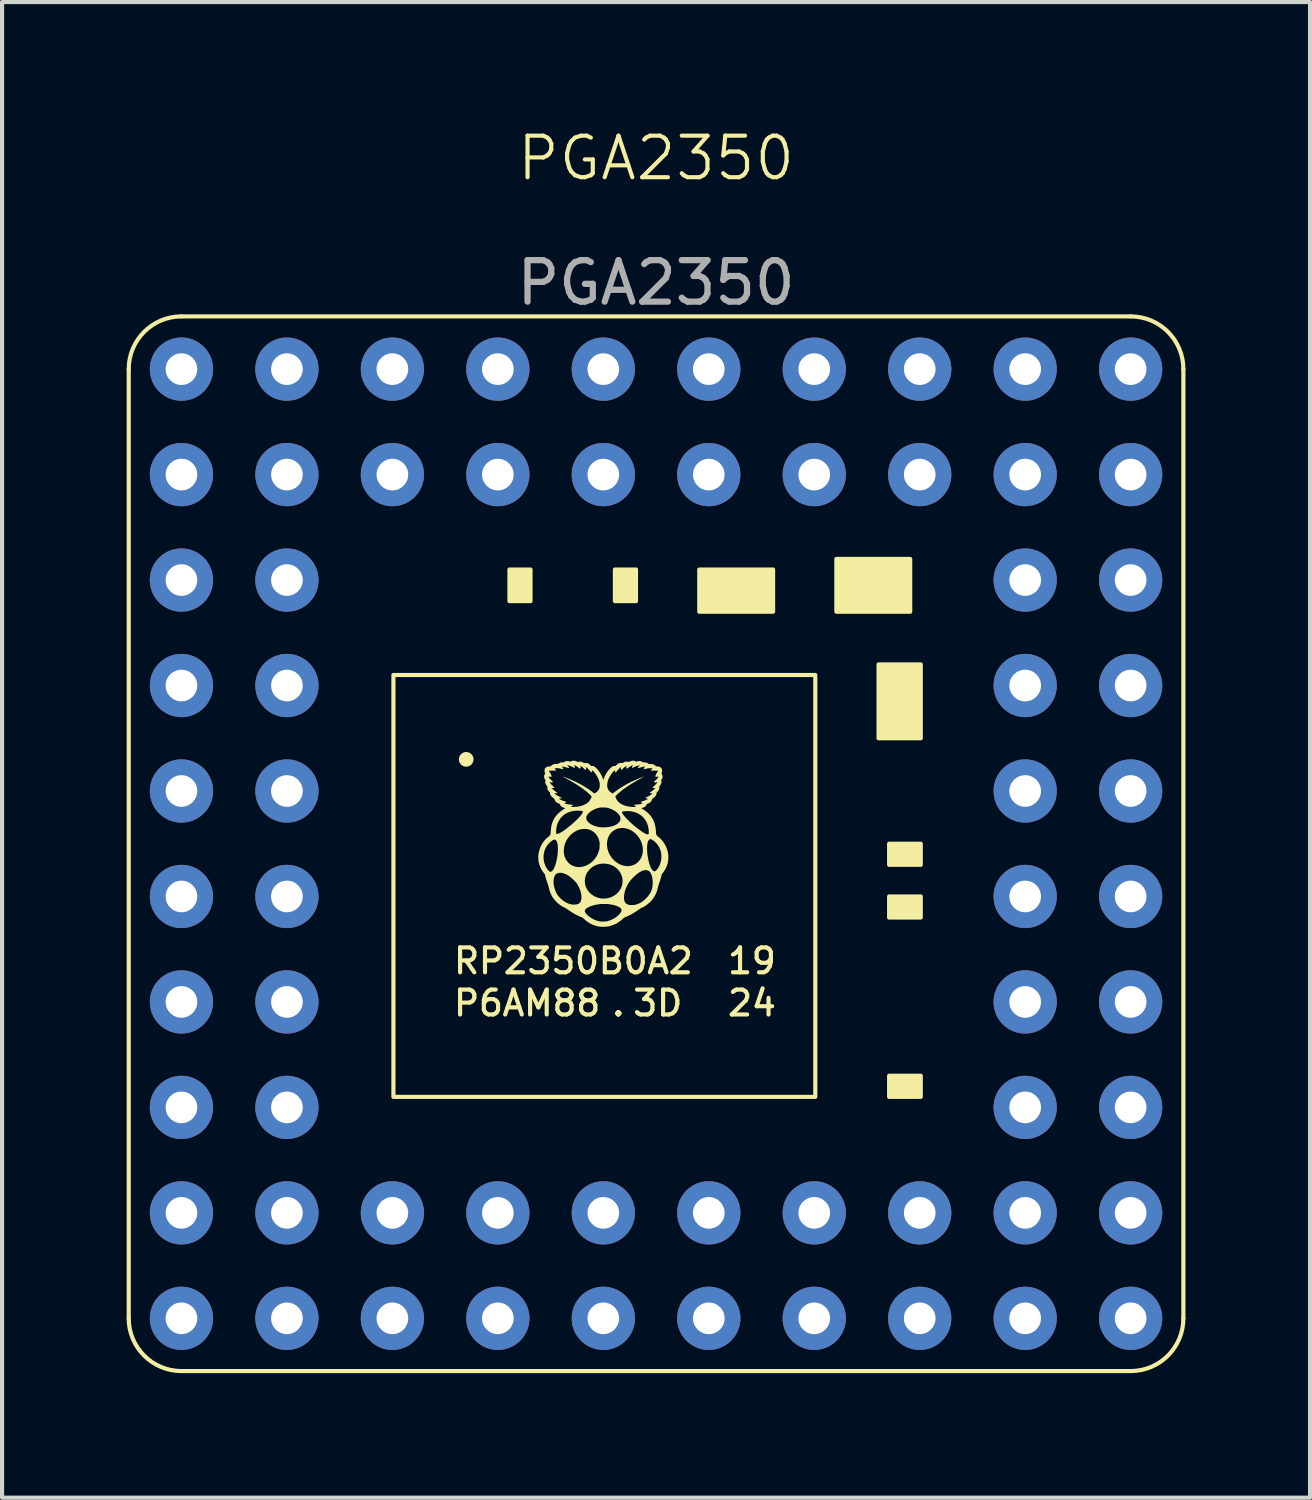
<source format=kicad_pcb>
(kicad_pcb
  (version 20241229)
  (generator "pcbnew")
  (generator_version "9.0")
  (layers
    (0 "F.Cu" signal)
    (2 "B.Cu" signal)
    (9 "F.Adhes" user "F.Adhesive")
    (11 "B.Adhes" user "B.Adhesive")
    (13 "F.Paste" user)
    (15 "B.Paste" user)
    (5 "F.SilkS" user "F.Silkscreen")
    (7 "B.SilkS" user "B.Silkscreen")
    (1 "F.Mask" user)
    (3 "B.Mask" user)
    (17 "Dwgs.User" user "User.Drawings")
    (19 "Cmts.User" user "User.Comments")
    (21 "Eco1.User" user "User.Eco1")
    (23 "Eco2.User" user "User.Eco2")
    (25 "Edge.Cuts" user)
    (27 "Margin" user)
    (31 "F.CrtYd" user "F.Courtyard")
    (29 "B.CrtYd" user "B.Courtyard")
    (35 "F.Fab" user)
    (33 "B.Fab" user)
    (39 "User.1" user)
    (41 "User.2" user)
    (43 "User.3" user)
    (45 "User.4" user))
  (footprint "PGA2350"
    (layer "F.Cu")
    (at 12.75 17.27)
    (property "Reference" "PGA2350" (at 0 -16.51 0) (unlocked yes) (layer "F.SilkS") (effects (font (size 1 1) (thickness 0.1))))
    (attr through_hole)
    (fp_line (start -12.7 11.43) (end -12.7 -11.43) (stroke (width 0.1) (type default)) (layer "F.SilkS"))
    (fp_line (start -11.43 -12.7) (end 11.43 -12.7) (stroke (width 0.1) (type default)) (layer "F.SilkS"))
    (fp_line (start 11.43 12.7) (end -11.43 12.7) (stroke (width 0.1) (type default)) (layer "F.SilkS"))
    (fp_line (start 12.7 -11.43) (end 12.7 11.43) (stroke (width 0.1) (type default)) (layer "F.SilkS"))
    (fp_rect (start -6.325 -4.064) (end 3.835 6.096) (stroke (width 0.1) (type solid)) (fill no) (layer "F.SilkS"))
    (fp_rect (start -3.531 -6.604) (end -3.023 -5.842) (stroke (width 0.1) (type solid)) (fill yes) (layer "F.SilkS"))
    (fp_rect (start -0.991 -6.604) (end -0.483 -5.842) (stroke (width 0.1) (type solid)) (fill yes) (layer "F.SilkS"))
    (fp_rect (start 1.041 -6.604) (end 2.819 -5.588) (stroke (width 0.1) (type solid)) (fill yes) (layer "F.SilkS"))
    (fp_rect (start 4.343 -6.858) (end 6.121 -5.588) (stroke (width 0.1) (type solid)) (fill yes) (layer "F.SilkS"))
    (fp_rect (start 5.359 -4.318) (end 6.375 -2.54) (stroke (width 0.1) (type solid)) (fill yes) (layer "F.SilkS"))
    (fp_rect (start 5.613 0) (end 6.375 0.508) (stroke (width 0.1) (type solid)) (fill yes) (layer "F.SilkS"))
    (fp_rect (start 5.613 1.27) (end 6.375 1.778) (stroke (width 0.1) (type solid)) (fill yes) (layer "F.SilkS"))
    (fp_rect (start 5.613 5.588) (end 6.375 6.096) (stroke (width 0.1) (type solid)) (fill yes) (layer "F.SilkS"))
    (fp_arc (start -12.7 -11.43) (mid -12.328026 -12.328026) (end -11.43 -12.7) (stroke (width 0.1) (type default)) (layer "F.SilkS"))
    (fp_arc (start -11.43 12.7) (mid -12.328026 12.328026) (end -12.7 11.43) (stroke (width 0.1) (type default)) (layer "F.SilkS"))
    (fp_arc (start 11.43 -12.7) (mid 12.328026 -12.328026) (end 12.7 -11.43) (stroke (width 0.1) (type default)) (layer "F.SilkS"))
    (fp_arc (start 12.7 11.43) (mid 12.328026 12.328026) (end 11.43 12.7) (stroke (width 0.1) (type default)) (layer "F.SilkS"))
    (fp_circle (center -4.572 -2.032) (end -4.445 -2.032) (stroke (width 0.1) (type solid)) (fill yes) (layer "F.SilkS"))
    (fp_poly (pts (xy -2.254 -1.622) (xy -2.256 -1.62) (xy -2.257 -1.622) (xy -2.256 -1.623)) (stroke (width 0) (type solid)) (fill yes) (layer "F.SilkS"))
    (fp_poly (pts (xy -0.274 -1.622) (xy -0.275 -1.62) (xy -0.277 -1.622) (xy -0.275 -1.623)) (stroke (width 0) (type solid)) (fill yes) (layer "F.SilkS"))
    (fp_poly (pts (xy -0.534 -1.998) (xy -0.511 -1.991) (xy -0.498 -1.983) (xy -0.484 -1.975) (xy -0.461 -1.982) (xy -0.432 -1.989) (xy -0.404 -1.992) (xy -0.378 -1.99) (xy -0.365 -1.987) (xy -0.351 -1.982) (xy -0.338 -1.975) (xy -0.329 -1.97) (xy -0.323 -1.966) (xy -0.317 -1.963) (xy -0.311 -1.961) (xy -0.304 -1.96) (xy -0.293 -1.959) (xy -0.278 -1.959) (xy -0.275 -1.959) (xy -0.259 -1.958) (xy -0.247 -1.957) (xy -0.238 -1.956) (xy -0.23 -1.954) (xy -0.223 -1.951) (xy -0.219 -1.949) (xy -0.209 -1.943) (xy -0.199 -1.936) (xy -0.194 -1.931) (xy -0.185 -1.922) (xy -0.143 -1.922) (xy -0.125 -1.921) (xy -0.111 -1.921) (xy -0.099 -1.919) (xy -0.089 -1.917) (xy -0.079 -1.915) (xy -0.056 -1.906) (xy -0.038 -1.897) (xy -0.023 -1.886) (xy -0.013 -1.876) (xy -0.005 -1.868) (xy 0.001 -1.864) (xy 0.006 -1.862) (xy 0.012 -1.862) (xy 0.016 -1.862) (xy 0.034 -1.862) (xy 0.055 -1.86) (xy 0.075 -1.855) (xy 0.093 -1.848) (xy 0.094 -1.848) (xy 0.114 -1.835) (xy 0.129 -1.819) (xy 0.14 -1.8) (xy 0.141 -1.797) (xy 0.145 -1.78) (xy 0.146 -1.76) (xy 0.144 -1.74) (xy 0.14 -1.72) (xy 0.137 -1.712) (xy 0.129 -1.693) (xy 0.139 -1.677) (xy 0.151 -1.653) (xy 0.157 -1.629) (xy 0.157 -1.605) (xy 0.151 -1.581) (xy 0.139 -1.556) (xy 0.131 -1.544) (xy 0.122 -1.531) (xy 0.127 -1.514) (xy 0.13 -1.498) (xy 0.131 -1.485) (xy 0.129 -1.472) (xy 0.126 -1.461) (xy 0.121 -1.444) (xy 0.113 -1.429) (xy 0.104 -1.413) (xy 0.094 -1.4) (xy 0.079 -1.38) (xy 0.078 -1.351) (xy 0.078 -1.334) (xy 0.076 -1.321) (xy 0.074 -1.31) (xy 0.072 -1.306) (xy 0.063 -1.288) (xy 0.05 -1.27) (xy 0.036 -1.255) (xy 0.028 -1.247) (xy 0.02 -1.241) (xy 0.016 -1.236) (xy 0.014 -1.23) (xy 0.014 -1.224) (xy 0.012 -1.206) (xy 0.007 -1.187) (xy -0.001 -1.169) (xy -0.008 -1.156) (xy -0.018 -1.144) (xy -0.031 -1.13) (xy -0.047 -1.116) (xy -0.063 -1.102) (xy -0.076 -1.093) (xy -0.085 -1.086) (xy -0.091 -1.08) (xy -0.094 -1.073) (xy -0.096 -1.067) (xy -0.105 -1.041) (xy -0.12 -1.018) (xy -0.14 -0.998) (xy -0.165 -0.982) (xy -0.194 -0.968) (xy -0.206 -0.964) (xy -0.215 -0.961) (xy -0.221 -0.958) (xy -0.225 -0.953) (xy -0.227 -0.945) (xy -0.235 -0.928) (xy -0.246 -0.912) (xy -0.259 -0.898) (xy -0.261 -0.896) (xy -0.271 -0.889) (xy -0.286 -0.881) (xy -0.303 -0.874) (xy -0.32 -0.867) (xy -0.335 -0.862) (xy -0.346 -0.859) (xy -0.351 -0.857) (xy -0.352 -0.855) (xy -0.351 -0.854) (xy -0.337 -0.845) (xy -0.32 -0.834) (xy -0.301 -0.822) (xy -0.281 -0.808) (xy -0.262 -0.795) (xy -0.245 -0.783) (xy -0.232 -0.772) (xy -0.227 -0.769) (xy -0.183 -0.729) (xy -0.143 -0.687) (xy -0.108 -0.641) (xy -0.079 -0.592) (xy -0.054 -0.54) (xy -0.034 -0.485) (xy -0.019 -0.425) (xy -0.012 -0.384) (xy -0.008 -0.357) (xy -0.005 -0.329) (xy -0.003 -0.301) (xy -0.001 -0.276) (xy -0.001 -0.259) (xy -0.001 -0.247) (xy 0.000132 -0.239) (xy 0.002 -0.231) (xy 0.006 -0.222) (xy 0.013 -0.21) (xy 0.013 -0.21) (xy 0.02 -0.198) (xy 0.027 -0.189) (xy 0.035 -0.181) (xy 0.045 -0.173) (xy 0.051 -0.169) (xy 0.09 -0.138) (xy 0.127 -0.102) (xy 0.161 -0.061) (xy 0.192 -0.017) (xy 0.22 0.031) (xy 0.244 0.081) (xy 0.264 0.134) (xy 0.28 0.187) (xy 0.29 0.242) (xy 0.291 0.248) (xy 0.294 0.274) (xy 0.296 0.302) (xy 0.296 0.333) (xy 0.295 0.364) (xy 0.294 0.392) (xy 0.291 0.411) (xy 0.281 0.468) (xy 0.264 0.523) (xy 0.242 0.577) (xy 0.214 0.629) (xy 0.181 0.68) (xy 0.16 0.708) (xy 0.15 0.719) (xy 0.144 0.729) (xy 0.139 0.736) (xy 0.136 0.745) (xy 0.133 0.755) (xy 0.129 0.769) (xy 0.128 0.776) (xy 0.123 0.795) (xy 0.118 0.816) (xy 0.111 0.839) (xy 0.103 0.865) (xy 0.094 0.895) (xy 0.082 0.929) (xy 0.076 0.947) (xy 0.065 0.978) (xy 0.057 1.005) (xy 0.05 1.028) (xy 0.045 1.049) (xy 0.043 1.059) (xy 0.029 1.117) (xy 0.01 1.173) (xy -0.015 1.228) (xy -0.045 1.281) (xy -0.08 1.331) (xy -0.119 1.379) (xy -0.163 1.422) (xy -0.21 1.462) (xy -0.253 1.493) (xy -0.288 1.515) (xy -0.321 1.532) (xy -0.349 1.544) (xy -0.363 1.551) (xy -0.381 1.561) (xy -0.401 1.575) (xy -0.412 1.583) (xy -0.473 1.626) (xy -0.532 1.664) (xy -0.591 1.698) (xy -0.648 1.728) (xy -0.706 1.754) (xy -0.727 1.763) (xy -0.743 1.769) (xy -0.756 1.775) (xy -0.765 1.779) (xy -0.774 1.785) (xy -0.782 1.791) (xy -0.791 1.8) (xy -0.8 1.808) (xy -0.849 1.85) (xy -0.899 1.887) (xy -0.949 1.919) (xy -1.001 1.945) (xy -1.054 1.966) (xy -1.109 1.982) (xy -1.157 1.992) (xy -1.176 1.995) (xy -1.199 1.997) (xy -1.225 1.999) (xy -1.253 2) (xy -1.28 2) (xy -1.306 2) (xy -1.329 1.999) (xy -1.345 1.998) (xy -1.396 1.99) (xy -1.448 1.978) (xy -1.498 1.961) (xy -1.546 1.942) (xy -1.576 1.927) (xy -1.629 1.896) (xy -1.681 1.858) (xy -1.732 1.815) (xy -1.746 1.802) (xy -1.759 1.79) (xy -1.77 1.782) (xy -1.779 1.776) (xy -1.788 1.772) (xy -1.789 1.772) (xy -1.809 1.764) (xy -1.833 1.755) (xy -1.859 1.743) (xy -1.887 1.73) (xy -1.916 1.715) (xy -1.944 1.701) (xy -1.97 1.687) (xy -1.993 1.673) (xy -2.036 1.646) (xy -2.064 1.628) (xy -1.715 1.628) (xy -1.71 1.645) (xy -1.701 1.663) (xy -1.685 1.683) (xy -1.668 1.703) (xy -1.631 1.738) (xy -1.589 1.771) (xy -1.544 1.8) (xy -1.496 1.825) (xy -1.447 1.845) (xy -1.398 1.861) (xy -1.375 1.866) (xy -1.362 1.869) (xy -1.351 1.871) (xy -1.341 1.872) (xy -1.332 1.873) (xy -1.321 1.874) (xy -1.309 1.874) (xy -1.293 1.874) (xy -1.272 1.874) (xy -1.267 1.874) (xy -1.245 1.873) (xy -1.227 1.873) (xy -1.213 1.872) (xy -1.201 1.871) (xy -1.19 1.869) (xy -1.179 1.866) (xy -1.174 1.865) (xy -1.121 1.85) (xy -1.069 1.829) (xy -1.018 1.803) (xy -0.971 1.773) (xy -0.936 1.747) (xy -0.921 1.734) (xy -0.905 1.719) (xy -0.889 1.702) (xy -0.874 1.686) (xy -0.861 1.67) (xy -0.852 1.657) (xy -0.849 1.653) (xy -0.838 1.633) (xy -0.832 1.615) (xy -0.831 1.599) (xy -0.833 1.585) (xy -0.838 1.572) (xy -0.849 1.556) (xy -0.866 1.541) (xy -0.888 1.526) (xy -0.915 1.512) (xy -0.946 1.499) (xy -0.981 1.487) (xy -1.02 1.476) (xy -1.062 1.467) (xy -1.107 1.459) (xy -1.139 1.455) (xy -1.154 1.453) (xy -1.174 1.452) (xy -1.197 1.452) (xy -1.223 1.451) (xy -1.249 1.451) (xy -1.276 1.451) (xy -1.301 1.452) (xy -1.324 1.453) (xy -1.344 1.454) (xy -1.353 1.455) (xy -1.4 1.461) (xy -1.445 1.469) (xy -1.489 1.479) (xy -1.531 1.49) (xy -1.569 1.503) (xy -1.604 1.517) (xy -1.635 1.532) (xy -1.661 1.547) (xy -1.682 1.563) (xy -1.682 1.564) (xy -1.698 1.58) (xy -1.709 1.596) (xy -1.714 1.611) (xy -1.715 1.628) (xy -2.064 1.628) (xy -2.082 1.615) (xy -2.13 1.582) (xy -2.151 1.567) (xy -2.169 1.556) (xy -2.186 1.547) (xy -2.196 1.542) (xy -2.237 1.523) (xy -2.278 1.499) (xy -2.319 1.47) (xy -2.358 1.439) (xy -2.404 1.396) (xy -2.446 1.349) (xy -2.483 1.3) (xy -2.515 1.247) (xy -2.542 1.193) (xy -2.563 1.136) (xy -2.579 1.078) (xy -2.583 1.059) (xy -2.587 1.039) (xy -2.593 1.018) (xy -2.6 0.993) (xy -2.61 0.964) (xy -2.616 0.947) (xy -2.626 0.917) (xy -2.469 0.917) (xy -2.467 0.96) (xy -2.461 1.004) (xy -2.451 1.049) (xy -2.438 1.094) (xy -2.423 1.135) (xy -2.408 1.171) (xy -2.392 1.202) (xy -2.374 1.232) (xy -2.353 1.26) (xy -2.329 1.287) (xy -2.301 1.317) (xy -2.294 1.323) (xy -2.251 1.361) (xy -2.206 1.393) (xy -2.159 1.42) (xy -2.111 1.441) (xy -2.061 1.456) (xy -2.016 1.465) (xy -2.005 1.466) (xy -1.99 1.466) (xy -1.973 1.466) (xy -1.955 1.465) (xy -1.937 1.464) (xy -1.921 1.462) (xy -1.909 1.461) (xy -1.905 1.46) (xy -1.877 1.45) (xy -1.855 1.438) (xy -1.837 1.423) (xy -1.823 1.404) (xy -1.818 1.396) (xy -1.807 1.368) (xy -1.8 1.337) (xy -1.797 1.302) (xy -1.797 1.264) (xy -1.802 1.225) (xy -1.809 1.184) (xy -1.82 1.142) (xy -1.835 1.1) (xy -1.852 1.058) (xy -1.873 1.017) (xy -1.896 0.977) (xy -1.918 0.945) (xy -1.926 0.935) (xy -1.938 0.922) (xy -1.951 0.907) (xy -1.952 0.906) (xy -1.715 0.906) (xy -1.712 0.953) (xy -1.703 0.999) (xy -1.697 1.02) (xy -1.679 1.064) (xy -1.657 1.106) (xy -1.629 1.146) (xy -1.597 1.182) (xy -1.562 1.215) (xy -1.522 1.243) (xy -1.48 1.268) (xy -1.435 1.288) (xy -1.387 1.304) (xy -1.355 1.311) (xy -1.341 1.314) (xy -1.328 1.316) (xy -1.318 1.317) (xy -1.314 1.318) (xy -1.301 1.319) (xy -1.284 1.32) (xy -1.264 1.32) (xy -1.243 1.319) (xy -1.223 1.318) (xy -1.205 1.317) (xy -1.192 1.316) (xy -1.141 1.305) (xy -1.104 1.294) (xy -0.772 1.294) (xy -0.771 1.326) (xy -0.768 1.354) (xy -0.762 1.378) (xy -0.754 1.399) (xy -0.742 1.42) (xy -0.74 1.423) (xy -0.728 1.436) (xy -0.712 1.447) (xy -0.692 1.458) (xy -0.669 1.466) (xy -0.645 1.473) (xy -0.629 1.476) (xy -0.614 1.477) (xy -0.594 1.478) (xy -0.572 1.477) (xy -0.55 1.476) (xy -0.528 1.474) (xy -0.51 1.471) (xy -0.506 1.47) (xy -0.456 1.457) (xy -0.407 1.437) (xy -0.36 1.412) (xy -0.315 1.382) (xy -0.271 1.346) (xy -0.229 1.305) (xy -0.19 1.259) (xy -0.176 1.241) (xy -0.15 1.203) (xy -0.128 1.165) (xy -0.111 1.126) (xy -0.098 1.085) (xy -0.088 1.04) (xy -0.083 1.004) (xy -0.08 0.964) (xy -0.08 0.923) (xy -0.082 0.882) (xy -0.087 0.842) (xy -0.094 0.804) (xy -0.104 0.767) (xy -0.116 0.734) (xy -0.13 0.705) (xy -0.144 0.683) (xy -0.16 0.666) (xy -0.181 0.653) (xy -0.204 0.643) (xy -0.23 0.637) (xy -0.251 0.636) (xy -0.282 0.639) (xy -0.315 0.646) (xy -0.348 0.659) (xy -0.384 0.678) (xy -0.421 0.701) (xy -0.459 0.73) (xy -0.5 0.765) (xy -0.542 0.805) (xy -0.547 0.81) (xy -0.576 0.839) (xy -0.6 0.866) (xy -0.622 0.891) (xy -0.64 0.915) (xy -0.657 0.94) (xy -0.673 0.965) (xy -0.689 0.994) (xy -0.693 1.003) (xy -0.718 1.055) (xy -0.738 1.108) (xy -0.754 1.161) (xy -0.765 1.213) (xy -0.771 1.263) (xy -0.772 1.294) (xy -1.104 1.294) (xy -1.092 1.29) (xy -1.046 1.271) (xy -1.003 1.246) (xy -0.963 1.218) (xy -0.927 1.185) (xy -0.895 1.149) (xy -0.867 1.11) (xy -0.844 1.067) (xy -0.826 1.022) (xy -0.813 0.977) (xy -0.81 0.954) (xy -0.807 0.926) (xy -0.807 0.898) (xy -0.807 0.869) (xy -0.81 0.843) (xy -0.812 0.827) (xy -0.824 0.78) (xy -0.842 0.734) (xy -0.865 0.691) (xy -0.893 0.651) (xy -0.926 0.614) (xy -0.962 0.58) (xy -0.983 0.564) (xy -1.019 0.542) (xy -1.059 0.522) (xy -1.101 0.505) (xy -1.142 0.492) (xy -1.156 0.489) (xy -1.207 0.481) (xy -1.257 0.478) (xy -1.307 0.48) (xy -1.356 0.487) (xy -1.404 0.499) (xy -1.45 0.516) (xy -1.493 0.537) (xy -1.534 0.562) (xy -1.571 0.591) (xy -1.606 0.624) (xy -1.636 0.66) (xy -1.662 0.699) (xy -1.683 0.742) (xy -1.693 0.766) (xy -1.706 0.812) (xy -1.713 0.859) (xy -1.715 0.906) (xy -1.952 0.906) (xy -1.966 0.891) (xy -1.981 0.875) (xy -1.984 0.873) (xy -2.028 0.832) (xy -2.071 0.796) (xy -2.114 0.766) (xy -2.156 0.742) (xy -2.199 0.723) (xy -2.219 0.716) (xy -2.257 0.705) (xy -2.292 0.7) (xy -2.325 0.701) (xy -2.357 0.706) (xy -2.367 0.71) (xy -2.391 0.719) (xy -2.409 0.731) (xy -2.424 0.746) (xy -2.425 0.748) (xy -2.441 0.774) (xy -2.453 0.805) (xy -2.462 0.84) (xy -2.467 0.877) (xy -2.469 0.917) (xy -2.626 0.917) (xy -2.628 0.91) (xy -2.639 0.879) (xy -2.648 0.851) (xy -2.655 0.827) (xy -2.661 0.805) (xy -2.666 0.785) (xy -2.668 0.776) (xy -2.672 0.76) (xy -2.674 0.748) (xy -2.678 0.739) (xy -2.682 0.732) (xy -2.688 0.723) (xy -2.696 0.713) (xy -2.7 0.708) (xy -2.735 0.66) (xy -2.765 0.609) (xy -2.791 0.556) (xy -2.811 0.501) (xy -2.826 0.445) (xy -2.827 0.44) (xy -2.831 0.416) (xy -2.834 0.389) (xy -2.835 0.358) (xy -2.836 0.327) (xy -2.836 0.315) (xy -2.71 0.315) (xy -2.708 0.367) (xy -2.701 0.419) (xy -2.688 0.471) (xy -2.67 0.52) (xy -2.647 0.568) (xy -2.639 0.583) (xy -2.626 0.601) (xy -2.612 0.62) (xy -2.597 0.638) (xy -2.583 0.653) (xy -2.57 0.665) (xy -2.561 0.671) (xy -2.554 0.674) (xy -2.547 0.675) (xy -2.54 0.674) (xy -2.526 0.671) (xy -2.512 0.664) (xy -2.511 0.663) (xy -2.498 0.652) (xy -2.484 0.634) (xy -2.469 0.613) (xy -2.456 0.587) (xy -2.442 0.558) (xy -2.43 0.527) (xy -2.43 0.525) (xy -2.416 0.482) (xy -2.404 0.437) (xy -2.393 0.391) (xy -2.384 0.344) (xy -2.376 0.297) (xy -2.371 0.25) (xy -2.367 0.205) (xy -2.365 0.18) (xy -2.222 0.18) (xy -2.218 0.231) (xy -2.21 0.279) (xy -2.205 0.299) (xy -2.191 0.336) (xy -2.173 0.373) (xy -2.151 0.408) (xy -2.126 0.441) (xy -2.099 0.47) (xy -2.07 0.493) (xy -2.038 0.514) (xy -2.007 0.53) (xy -1.973 0.543) (xy -1.938 0.553) (xy -1.899 0.56) (xy -1.86 0.564) (xy -1.854 0.564) (xy -1.844 0.563) (xy -1.832 0.562) (xy -1.821 0.561) (xy -1.77 0.553) (xy -1.721 0.54) (xy -1.673 0.521) (xy -1.627 0.498) (xy -1.584 0.469) (xy -1.543 0.437) (xy -1.505 0.4) (xy -1.471 0.359) (xy -1.44 0.315) (xy -1.414 0.268) (xy -1.392 0.218) (xy -1.384 0.196) (xy -1.376 0.17) (xy -1.369 0.147) (xy -1.365 0.126) (xy -1.362 0.105) (xy -1.36 0.083) (xy -1.359 0.057) (xy -1.359 0.035) (xy -1.359 0.012) (xy -1.359 0.009) (xy -1.182 0.009) (xy -1.18 0.057) (xy -1.173 0.106) (xy -1.161 0.155) (xy -1.144 0.204) (xy -1.122 0.251) (xy -1.099 0.291) (xy -1.069 0.335) (xy -1.035 0.375) (xy -0.998 0.412) (xy -0.958 0.444) (xy -0.916 0.472) (xy -0.872 0.496) (xy -0.827 0.514) (xy -0.78 0.528) (xy -0.733 0.537) (xy -0.686 0.54) (xy -0.64 0.537) (xy -0.638 0.537) (xy -0.592 0.528) (xy -0.548 0.514) (xy -0.542 0.512) (xy -0.506 0.495) (xy -0.472 0.472) (xy -0.439 0.445) (xy -0.409 0.414) (xy -0.383 0.38) (xy -0.362 0.344) (xy -0.356 0.332) (xy -0.339 0.287) (xy -0.326 0.239) (xy -0.319 0.19) (xy -0.318 0.141) (xy -0.321 0.093) (xy -0.217 0.093) (xy -0.216 0.139) (xy -0.214 0.187) (xy -0.21 0.237) (xy -0.204 0.288) (xy -0.195 0.338) (xy -0.185 0.388) (xy -0.174 0.437) (xy -0.161 0.483) (xy -0.146 0.526) (xy -0.134 0.557) (xy -0.122 0.582) (xy -0.111 0.603) (xy -0.099 0.62) (xy -0.086 0.636) (xy -0.086 0.636) (xy -0.073 0.649) (xy -0.061 0.657) (xy -0.049 0.662) (xy -0.037 0.663) (xy -0.027 0.662) (xy -0.019 0.659) (xy -0.009 0.653) (xy -0.00044 0.645) (xy 0.01 0.635) (xy 0.02 0.624) (xy 0.022 0.622) (xy 0.05 0.584) (xy 0.075 0.542) (xy 0.095 0.496) (xy 0.111 0.448) (xy 0.122 0.397) (xy 0.125 0.376) (xy 0.127 0.358) (xy 0.128 0.336) (xy 0.128 0.311) (xy 0.127 0.285) (xy 0.126 0.26) (xy 0.124 0.237) (xy 0.121 0.218) (xy 0.12 0.209) (xy 0.105 0.155) (xy 0.085 0.105) (xy 0.061 0.059) (xy 0.031 0.016) (xy -0.003 -0.023) (xy -0.042 -0.059) (xy -0.086 -0.091) (xy -0.087 -0.092) (xy -0.106 -0.103) (xy -0.123 -0.11) (xy -0.137 -0.111) (xy -0.15 -0.108) (xy -0.163 -0.099) (xy -0.167 -0.096) (xy -0.18 -0.081) (xy -0.19 -0.062) (xy -0.199 -0.038) (xy -0.203 -0.023) (xy -0.21 0.011) (xy -0.215 0.05) (xy -0.217 0.093) (xy -0.321 0.093) (xy -0.321 0.091) (xy -0.33 0.04) (xy -0.344 -0.009) (xy -0.362 -0.058) (xy -0.386 -0.106) (xy -0.414 -0.151) (xy -0.447 -0.195) (xy -0.471 -0.222) (xy -0.508 -0.257) (xy -0.548 -0.289) (xy -0.59 -0.316) (xy -0.635 -0.339) (xy -0.68 -0.357) (xy -0.727 -0.37) (xy -0.774 -0.377) (xy -0.82 -0.38) (xy -0.849 -0.378) (xy -0.896 -0.371) (xy -0.939 -0.359) (xy -0.972 -0.345) (xy -0.999 -0.331) (xy -1.022 -0.317) (xy -1.043 -0.301) (xy -1.064 -0.282) (xy -1.095 -0.249) (xy -1.121 -0.212) (xy -1.143 -0.172) (xy -1.16 -0.129) (xy -1.172 -0.085) (xy -1.18 -0.039) (xy -1.182 0.009) (xy -1.359 0.009) (xy -1.359 -0.005) (xy -1.359 -0.019) (xy -1.36 -0.031) (xy -1.362 -0.042) (xy -1.364 -0.052) (xy -1.366 -0.06) (xy -1.379 -0.107) (xy -1.397 -0.152) (xy -1.42 -0.192) (xy -1.446 -0.229) (xy -1.477 -0.262) (xy -1.512 -0.291) (xy -1.55 -0.315) (xy -1.584 -0.331) (xy -1.61 -0.34) (xy -1.634 -0.347) (xy -1.66 -0.352) (xy -1.689 -0.355) (xy -1.71 -0.356) (xy -1.76 -0.355) (xy -1.808 -0.349) (xy -1.856 -0.337) (xy -1.903 -0.319) (xy -1.948 -0.295) (xy -1.994 -0.265) (xy -2.037 -0.231) (xy -2.076 -0.192) (xy -2.112 -0.149) (xy -2.143 -0.103) (xy -2.17 -0.054) (xy -2.191 -0.003) (xy -2.202 0.029) (xy -2.213 0.079) (xy -2.22 0.129) (xy -2.222 0.18) (xy -2.365 0.18) (xy -2.364 0.16) (xy -2.364 0.118) (xy -2.365 0.078) (xy -2.368 0.041) (xy -2.373 0.007) (xy -2.379 -0.022) (xy -2.388 -0.047) (xy -2.398 -0.067) (xy -2.402 -0.073) (xy -2.413 -0.085) (xy -2.423 -0.093) (xy -2.434 -0.097) (xy -2.445 -0.098) (xy -2.456 -0.099) (xy -2.464 -0.097) (xy -2.472 -0.094) (xy -2.479 -0.09) (xy -2.519 -0.063) (xy -2.557 -0.031) (xy -2.591 0.004) (xy -2.622 0.042) (xy -2.648 0.081) (xy -2.663 0.111) (xy -2.683 0.16) (xy -2.697 0.21) (xy -2.706 0.262) (xy -2.71 0.315) (xy -2.836 0.315) (xy -2.836 0.297) (xy -2.834 0.27) (xy -2.832 0.25) (xy -2.82 0.189) (xy -2.803 0.131) (xy -2.781 0.074) (xy -2.755 0.02) (xy -2.723 -0.031) (xy -2.687 -0.078) (xy -2.647 -0.121) (xy -2.64 -0.128) (xy -2.627 -0.14) (xy -2.612 -0.152) (xy -2.598 -0.164) (xy -2.591 -0.169) (xy -2.578 -0.178) (xy -2.57 -0.186) (xy -2.563 -0.194) (xy -2.556 -0.205) (xy -2.553 -0.21) (xy -2.54 -0.233) (xy -2.538 -0.281) (xy -2.537 -0.291) (xy -2.407 -0.291) (xy -2.407 -0.271) (xy -2.406 -0.257) (xy -2.404 -0.247) (xy -2.401 -0.241) (xy -2.396 -0.238) (xy -2.389 -0.237) (xy -2.378 -0.238) (xy -2.377 -0.238) (xy -2.365 -0.239) (xy -2.354 -0.242) (xy -2.34 -0.247) (xy -2.329 -0.253) (xy -2.301 -0.267) (xy -2.27 -0.285) (xy -2.237 -0.306) (xy -2.203 -0.33) (xy -2.166 -0.357) (xy -2.129 -0.386) (xy -2.091 -0.416) (xy -2.053 -0.448) (xy -2.015 -0.48) (xy -1.978 -0.513) (xy -1.943 -0.546) (xy -1.909 -0.578) (xy -1.878 -0.61) (xy -1.865 -0.623) (xy -1.683 -0.623) (xy -1.68 -0.602) (xy -1.675 -0.583) (xy -1.662 -0.556) (xy -1.643 -0.531) (xy -1.619 -0.507) (xy -1.591 -0.484) (xy -1.559 -0.464) (xy -1.522 -0.445) (xy -1.483 -0.43) (xy -1.441 -0.417) (xy -1.396 -0.406) (xy -1.349 -0.399) (xy -1.347 -0.399) (xy -1.319 -0.396) (xy -1.296 -0.395) (xy -1.275 -0.394) (xy -1.253 -0.394) (xy -1.23 -0.395) (xy -1.208 -0.396) (xy -1.166 -0.4) (xy -1.127 -0.405) (xy -1.092 -0.412) (xy -1.074 -0.416) (xy -1.032 -0.428) (xy -0.995 -0.443) (xy -0.961 -0.46) (xy -0.931 -0.479) (xy -0.906 -0.5) (xy -0.886 -0.522) (xy -0.871 -0.546) (xy -0.861 -0.571) (xy -0.857 -0.597) (xy -0.858 -0.623) (xy -0.864 -0.65) (xy -0.865 -0.652) (xy -0.878 -0.678) (xy -0.896 -0.704) (xy -0.918 -0.73) (xy -0.946 -0.755) (xy -0.957 -0.764) (xy -0.82 -0.764) (xy -0.819 -0.753) (xy -0.815 -0.739) (xy -0.806 -0.722) (xy -0.793 -0.702) (xy -0.776 -0.68) (xy -0.756 -0.655) (xy -0.732 -0.629) (xy -0.722 -0.618) (xy -0.684 -0.579) (xy -0.645 -0.541) (xy -0.605 -0.503) (xy -0.564 -0.466) (xy -0.522 -0.431) (xy -0.482 -0.397) (xy -0.441 -0.365) (xy -0.402 -0.336) (xy -0.365 -0.309) (xy -0.329 -0.285) (xy -0.296 -0.265) (xy -0.266 -0.248) (xy -0.239 -0.235) (xy -0.227 -0.231) (xy -0.211 -0.226) (xy -0.197 -0.225) (xy -0.186 -0.228) (xy -0.181 -0.231) (xy -0.179 -0.234) (xy -0.177 -0.238) (xy -0.176 -0.243) (xy -0.175 -0.252) (xy -0.175 -0.264) (xy -0.175 -0.281) (xy -0.178 -0.337) (xy -0.186 -0.391) (xy -0.199 -0.443) (xy -0.217 -0.493) (xy -0.24 -0.54) (xy -0.267 -0.584) (xy -0.299 -0.624) (xy -0.336 -0.661) (xy -0.337 -0.662) (xy -0.378 -0.694) (xy -0.423 -0.722) (xy -0.472 -0.745) (xy -0.524 -0.763) (xy -0.579 -0.776) (xy -0.629 -0.783) (xy -0.649 -0.785) (xy -0.67 -0.786) (xy -0.693 -0.786) (xy -0.716 -0.785) (xy -0.739 -0.784) (xy -0.761 -0.782) (xy -0.78 -0.78) (xy -0.797 -0.777) (xy -0.809 -0.774) (xy -0.815 -0.771) (xy -0.816 -0.771) (xy -0.82 -0.764) (xy -0.957 -0.764) (xy -0.977 -0.779) (xy -1.011 -0.801) (xy -1.047 -0.821) (xy -1.086 -0.838) (xy -1.116 -0.849) (xy -1.141 -0.857) (xy -1.163 -0.863) (xy -1.183 -0.868) (xy -1.202 -0.871) (xy -1.223 -0.873) (xy -1.247 -0.874) (xy -1.274 -0.874) (xy -1.297 -0.874) (xy -1.315 -0.874) (xy -1.329 -0.873) (xy -1.341 -0.872) (xy -1.352 -0.871) (xy -1.363 -0.869) (xy -1.368 -0.868) (xy -1.413 -0.856) (xy -1.458 -0.84) (xy -1.501 -0.82) (xy -1.541 -0.798) (xy -1.578 -0.773) (xy -1.611 -0.746) (xy -1.638 -0.717) (xy -1.645 -0.709) (xy -1.662 -0.685) (xy -1.674 -0.664) (xy -1.681 -0.643) (xy -1.683 -0.623) (xy -1.865 -0.623) (xy -1.849 -0.64) (xy -1.824 -0.669) (xy -1.802 -0.695) (xy -1.785 -0.719) (xy -1.773 -0.738) (xy -1.766 -0.754) (xy -1.762 -0.767) (xy -1.763 -0.777) (xy -1.766 -0.783) (xy -1.773 -0.786) (xy -1.785 -0.789) (xy -1.8 -0.791) (xy -1.819 -0.793) (xy -1.84 -0.795) (xy -1.863 -0.796) (xy -1.885 -0.797) (xy -1.908 -0.797) (xy -1.928 -0.796) (xy -1.943 -0.795) (xy -2.001 -0.787) (xy -2.054 -0.775) (xy -2.105 -0.758) (xy -2.151 -0.737) (xy -2.195 -0.711) (xy -2.236 -0.68) (xy -2.265 -0.653) (xy -2.3 -0.613) (xy -2.331 -0.57) (xy -2.356 -0.524) (xy -2.377 -0.475) (xy -2.392 -0.424) (xy -2.402 -0.369) (xy -2.407 -0.313) (xy -2.407 -0.291) (xy -2.537 -0.291) (xy -2.533 -0.347) (xy -2.524 -0.41) (xy -2.511 -0.469) (xy -2.493 -0.524) (xy -2.471 -0.575) (xy -2.443 -0.624) (xy -2.411 -0.669) (xy -2.373 -0.713) (xy -2.33 -0.753) (xy -2.282 -0.792) (xy -2.228 -0.829) (xy -2.203 -0.845) (xy -2.184 -0.856) (xy -2.203 -0.862) (xy -2.234 -0.872) (xy -2.259 -0.883) (xy -2.279 -0.897) (xy -2.295 -0.912) (xy -2.307 -0.931) (xy -2.313 -0.945) (xy -2.315 -0.952) (xy -2.318 -0.956) (xy -2.322 -0.96) (xy -2.33 -0.963) (xy -2.341 -0.967) (xy -2.342 -0.967) (xy -2.372 -0.98) (xy -2.397 -0.995) (xy -2.417 -1.014) (xy -2.432 -1.035) (xy -2.442 -1.061) (xy -2.445 -1.068) (xy -2.447 -1.076) (xy -2.452 -1.083) (xy -2.459 -1.089) (xy -2.464 -1.093) (xy -2.481 -1.105) (xy -2.497 -1.119) (xy -2.512 -1.134) (xy -2.525 -1.147) (xy -2.532 -1.156) (xy -2.541 -1.173) (xy -2.548 -1.192) (xy -2.553 -1.211) (xy -2.554 -1.224) (xy -2.555 -1.232) (xy -2.557 -1.237) (xy -2.561 -1.242) (xy -2.569 -1.249) (xy -2.57 -1.25) (xy -2.582 -1.261) (xy -2.594 -1.275) (xy -2.605 -1.291) (xy -2.612 -1.306) (xy -2.615 -1.312) (xy -2.616 -1.321) (xy -2.618 -1.333) (xy -2.618 -1.348) (xy -2.619 -1.352) (xy -2.619 -1.379) (xy -2.634 -1.4) (xy -2.652 -1.426) (xy -2.663 -1.451) (xy -2.669 -1.474) (xy -2.67 -1.496) (xy -2.667 -1.513) (xy -2.662 -1.531) (xy -2.671 -1.544) (xy -2.686 -1.569) (xy -2.695 -1.593) (xy -2.697 -1.613) (xy -2.59 -1.613) (xy -2.588 -1.607) (xy -2.583 -1.597) (xy -2.575 -1.586) (xy -2.565 -1.573) (xy -2.554 -1.561) (xy -2.543 -1.549) (xy -2.537 -1.543) (xy -2.524 -1.532) (xy -2.511 -1.52) (xy -2.499 -1.508) (xy -2.496 -1.505) (xy -2.478 -1.487) (xy -2.49 -1.482) (xy -2.505 -1.477) (xy -2.522 -1.477) (xy -2.542 -1.48) (xy -2.543 -1.481) (xy -2.553 -1.483) (xy -2.56 -1.484) (xy -2.562 -1.484) (xy -2.562 -1.48) (xy -2.558 -1.473) (xy -2.552 -1.463) (xy -2.544 -1.452) (xy -2.534 -1.44) (xy -2.53 -1.435) (xy -2.52 -1.425) (xy -2.508 -1.412) (xy -2.494 -1.399) (xy -2.48 -1.385) (xy -2.477 -1.383) (xy -2.464 -1.371) (xy -2.455 -1.362) (xy -2.449 -1.356) (xy -2.447 -1.352) (xy -2.446 -1.35) (xy -2.448 -1.348) (xy -2.456 -1.344) (xy -2.469 -1.342) (xy -2.484 -1.341) (xy -2.497 -1.342) (xy -2.507 -1.343) (xy -2.513 -1.342) (xy -2.515 -1.341) (xy -2.513 -1.337) (xy -2.506 -1.331) (xy -2.497 -1.321) (xy -2.484 -1.31) (xy -2.47 -1.298) (xy -2.454 -1.285) (xy -2.438 -1.272) (xy -2.422 -1.26) (xy -2.407 -1.248) (xy -2.393 -1.239) (xy -2.391 -1.238) (xy -2.383 -1.232) (xy -2.377 -1.227) (xy -2.376 -1.224) (xy -2.376 -1.224) (xy -2.38 -1.221) (xy -2.389 -1.219) (xy -2.401 -1.217) (xy -2.414 -1.216) (xy -2.428 -1.215) (xy -2.429 -1.215) (xy -2.451 -1.215) (xy -2.437 -1.203) (xy -2.422 -1.19) (xy -2.402 -1.176) (xy -2.379 -1.161) (xy -2.352 -1.146) (xy -2.322 -1.13) (xy -2.319 -1.128) (xy -2.304 -1.12) (xy -2.291 -1.113) (xy -2.281 -1.108) (xy -2.274 -1.104) (xy -2.272 -1.102) (xy -2.274 -1.1) (xy -2.281 -1.097) (xy -2.285 -1.095) (xy -2.299 -1.09) (xy -2.319 -1.087) (xy -2.321 -1.087) (xy -2.345 -1.085) (xy -2.338 -1.08) (xy -2.327 -1.073) (xy -2.312 -1.064) (xy -2.292 -1.055) (xy -2.27 -1.046) (xy -2.246 -1.037) (xy -2.221 -1.028) (xy -2.214 -1.026) (xy -2.158 -1.007) (xy -2.168 -0.997) (xy -2.181 -0.987) (xy -2.196 -0.981) (xy -2.214 -0.976) (xy -2.199 -0.969) (xy -2.189 -0.965) (xy -2.176 -0.961) (xy -2.163 -0.957) (xy -2.155 -0.955) (xy -2.147 -0.954) (xy -2.138 -0.952) (xy -2.127 -0.95) (xy -2.113 -0.949) (xy -2.096 -0.947) (xy -2.074 -0.945) (xy -2.05 -0.942) (xy -2.03 -0.94) (xy -2.016 -0.937) (xy -2.007 -0.934) (xy -2.005 -0.93) (xy -2.007 -0.925) (xy -2.013 -0.918) (xy -2.021 -0.91) (xy -2.03 -0.903) (xy -2.039 -0.897) (xy -2.04 -0.897) (xy -2.047 -0.892) (xy -2.052 -0.888) (xy -2.053 -0.887) (xy -2.05 -0.886) (xy -2.042 -0.885) (xy -2.03 -0.885) (xy -2.015 -0.885) (xy -1.997 -0.886) (xy -1.978 -0.887) (xy -1.958 -0.887) (xy -1.939 -0.889) (xy -1.921 -0.89) (xy -1.906 -0.891) (xy -1.894 -0.892) (xy -1.868 -0.897) (xy -1.84 -0.902) (xy -1.811 -0.909) (xy -1.785 -0.917) (xy -1.762 -0.924) (xy -1.761 -0.924) (xy -1.718 -0.943) (xy -1.679 -0.965) (xy -1.644 -0.991) (xy -1.614 -1.02) (xy -1.589 -1.053) (xy -1.57 -1.088) (xy -1.564 -1.101) (xy -1.559 -1.113) (xy -1.555 -1.122) (xy -1.554 -1.13) (xy -1.554 -1.137) (xy -1.557 -1.144) (xy -1.562 -1.151) (xy -1.571 -1.161) (xy -1.583 -1.173) (xy -1.598 -1.187) (xy -1.614 -1.202) (xy -1.631 -1.218) (xy -1.648 -1.234) (xy -1.663 -1.247) (xy -1.675 -1.257) (xy -1.735 -1.304) (xy -1.801 -1.352) (xy -1.873 -1.4) (xy -1.951 -1.45) (xy -2.034 -1.5) (xy -2.124 -1.55) (xy -2.201 -1.592) (xy -2.216 -1.6) (xy -2.23 -1.607) (xy -2.24 -1.613) (xy -2.247 -1.617) (xy -2.25 -1.619) (xy -2.25 -1.619) (xy -2.247 -1.618) (xy -2.239 -1.616) (xy -2.228 -1.612) (xy -2.213 -1.607) (xy -2.196 -1.601) (xy -2.178 -1.594) (xy -2.16 -1.587) (xy -2.142 -1.58) (xy -2.125 -1.573) (xy -2.118 -1.571) (xy -2.023 -1.531) (xy -1.93 -1.488) (xy -1.841 -1.443) (xy -1.755 -1.395) (xy -1.674 -1.345) (xy -1.597 -1.293) (xy -1.526 -1.24) (xy -1.516 -1.232) (xy -1.488 -1.21) (xy -1.476 -1.216) (xy -1.445 -1.235) (xy -1.417 -1.257) (xy -1.394 -1.283) (xy -1.376 -1.312) (xy -1.363 -1.342) (xy -1.362 -1.344) (xy -1.36 -1.354) (xy -1.358 -1.363) (xy -1.357 -1.373) (xy -1.356 -1.385) (xy -1.356 -1.401) (xy -1.356 -1.413) (xy -1.356 -1.419) (xy -1.177 -1.419) (xy -1.176 -1.384) (xy -1.171 -1.351) (xy -1.161 -1.322) (xy -1.156 -1.311) (xy -1.138 -1.284) (xy -1.115 -1.259) (xy -1.089 -1.236) (xy -1.06 -1.218) (xy -1.043 -1.21) (xy -1.034 -1.217) (xy -1.024 -1.226) (xy -1.009 -1.237) (xy -0.992 -1.25) (xy -0.972 -1.264) (xy -0.952 -1.279) (xy -0.932 -1.294) (xy -0.913 -1.307) (xy -0.896 -1.319) (xy -0.883 -1.328) (xy -0.794 -1.384) (xy -0.701 -1.438) (xy -0.603 -1.488) (xy -0.5 -1.535) (xy -0.421 -1.568) (xy -0.4 -1.576) (xy -0.379 -1.584) (xy -0.358 -1.592) (xy -0.338 -1.599) (xy -0.32 -1.606) (xy -0.305 -1.612) (xy -0.293 -1.616) (xy -0.284 -1.619) (xy -0.281 -1.619) (xy -0.281 -1.619) (xy -0.283 -1.618) (xy -0.29 -1.614) (xy -0.3 -1.608) (xy -0.313 -1.601) (xy -0.323 -1.596) (xy -0.391 -1.56) (xy -0.457 -1.523) (xy -0.522 -1.485) (xy -0.584 -1.448) (xy -0.643 -1.41) (xy -0.698 -1.374) (xy -0.75 -1.338) (xy -0.798 -1.304) (xy -0.84 -1.271) (xy -0.854 -1.26) (xy -0.87 -1.246) (xy -0.888 -1.23) (xy -0.907 -1.214) (xy -0.924 -1.198) (xy -0.94 -1.183) (xy -0.953 -1.17) (xy -0.962 -1.16) (xy -0.963 -1.159) (xy -0.98 -1.139) (xy -0.976 -1.126) (xy -0.972 -1.111) (xy -0.964 -1.094) (xy -0.956 -1.076) (xy -0.946 -1.059) (xy -0.937 -1.044) (xy -0.936 -1.043) (xy -0.927 -1.032) (xy -0.917 -1.02) (xy -0.905 -1.008) (xy -0.901 -1.003) (xy -0.869 -0.977) (xy -0.834 -0.954) (xy -0.794 -0.934) (xy -0.749 -0.917) (xy -0.7 -0.904) (xy -0.646 -0.894) (xy -0.588 -0.887) (xy -0.584 -0.887) (xy -0.574 -0.886) (xy -0.56 -0.886) (xy -0.545 -0.886) (xy -0.529 -0.886) (xy -0.513 -0.886) (xy -0.499 -0.886) (xy -0.488 -0.886) (xy -0.48 -0.887) (xy -0.478 -0.888) (xy -0.48 -0.89) (xy -0.487 -0.894) (xy -0.49 -0.896) (xy -0.498 -0.9) (xy -0.506 -0.907) (xy -0.515 -0.915) (xy -0.522 -0.922) (xy -0.526 -0.928) (xy -0.526 -0.93) (xy -0.525 -0.933) (xy -0.52 -0.935) (xy -0.512 -0.938) (xy -0.499 -0.94) (xy -0.482 -0.942) (xy -0.459 -0.944) (xy -0.452 -0.945) (xy -0.433 -0.947) (xy -0.415 -0.949) (xy -0.4 -0.951) (xy -0.387 -0.953) (xy -0.38 -0.954) (xy -0.37 -0.957) (xy -0.358 -0.96) (xy -0.346 -0.964) (xy -0.335 -0.968) (xy -0.327 -0.972) (xy -0.322 -0.974) (xy -0.322 -0.975) (xy -0.325 -0.977) (xy -0.331 -0.98) (xy -0.338 -0.982) (xy -0.352 -0.988) (xy -0.363 -0.997) (xy -0.364 -0.997) (xy -0.373 -1.007) (xy -0.317 -1.026) (xy -0.292 -1.034) (xy -0.267 -1.044) (xy -0.244 -1.053) (xy -0.224 -1.062) (xy -0.208 -1.07) (xy -0.196 -1.078) (xy -0.193 -1.08) (xy -0.186 -1.085) (xy -0.21 -1.087) (xy -0.231 -1.09) (xy -0.248 -1.095) (xy -0.248 -1.095) (xy -0.262 -1.102) (xy -0.213 -1.127) (xy -0.195 -1.137) (xy -0.177 -1.147) (xy -0.16 -1.156) (xy -0.146 -1.165) (xy -0.139 -1.169) (xy -0.125 -1.179) (xy -0.111 -1.189) (xy -0.1 -1.198) (xy -0.091 -1.205) (xy -0.086 -1.21) (xy -0.085 -1.213) (xy -0.088 -1.214) (xy -0.095 -1.215) (xy -0.105 -1.215) (xy -0.105 -1.215) (xy -0.122 -1.216) (xy -0.136 -1.218) (xy -0.147 -1.22) (xy -0.154 -1.223) (xy -0.154 -1.223) (xy -0.155 -1.227) (xy -0.149 -1.232) (xy -0.145 -1.235) (xy -0.128 -1.246) (xy -0.11 -1.259) (xy -0.091 -1.274) (xy -0.072 -1.29) (xy -0.054 -1.305) (xy -0.038 -1.32) (xy -0.026 -1.332) (xy -0.023 -1.336) (xy -0.016 -1.344) (xy -0.036 -1.342) (xy -0.047 -1.342) (xy -0.06 -1.342) (xy -0.071 -1.344) (xy -0.081 -1.346) (xy -0.087 -1.348) (xy -0.088 -1.349) (xy -0.086 -1.352) (xy -0.08 -1.358) (xy -0.071 -1.367) (xy -0.06 -1.378) (xy -0.047 -1.391) (xy -0.04 -1.397) (xy -0.022 -1.415) (xy -0.006 -1.432) (xy 0.008 -1.447) (xy 0.017 -1.458) (xy 0.02 -1.462) (xy 0.026 -1.472) (xy 0.03 -1.479) (xy 0.032 -1.483) (xy 0.031 -1.484) (xy 0.028 -1.484) (xy 0.021 -1.483) (xy 0.012 -1.481) (xy 0.001 -1.478) (xy -0.011 -1.476) (xy -0.016 -1.476) (xy -0.025 -1.477) (xy -0.034 -1.479) (xy -0.043 -1.482) (xy -0.05 -1.485) (xy -0.052 -1.488) (xy -0.05 -1.492) (xy -0.043 -1.499) (xy -0.032 -1.51) (xy -0.017 -1.523) (xy -0.008 -1.531) (xy 0.02 -1.558) (xy 0.043 -1.585) (xy 0.053 -1.599) (xy 0.058 -1.609) (xy 0.059 -1.614) (xy 0.056 -1.617) (xy 0.049 -1.616) (xy 0.042 -1.615) (xy 0.032 -1.615) (xy 0.02 -1.614) (xy 0.007 -1.614) (xy -0.004 -1.614) (xy -0.013 -1.614) (xy -0.017 -1.615) (xy -0.018 -1.615) (xy -0.018 -1.618) (xy -0.016 -1.626) (xy -0.012 -1.637) (xy -0.008 -1.65) (xy -0.003 -1.663) (xy 0.002 -1.676) (xy 0.003 -1.678) (xy 0.009 -1.69) (xy 0.018 -1.704) (xy 0.027 -1.719) (xy 0.033 -1.728) (xy 0.052 -1.757) (xy 0.023 -1.759) (xy 0.011 -1.76) (xy -0.006 -1.76) (xy -0.026 -1.761) (xy -0.047 -1.761) (xy -0.063 -1.761) (xy -0.081 -1.761) (xy -0.098 -1.761) (xy -0.111 -1.762) (xy -0.121 -1.762) (xy -0.125 -1.763) (xy -0.125 -1.763) (xy -0.127 -1.765) (xy -0.126 -1.768) (xy -0.121 -1.774) (xy -0.112 -1.783) (xy -0.107 -1.788) (xy -0.098 -1.798) (xy -0.091 -1.806) (xy -0.088 -1.811) (xy -0.087 -1.813) (xy -0.091 -1.814) (xy -0.1 -1.816) (xy -0.111 -1.818) (xy -0.118 -1.818) (xy -0.14 -1.82) (xy -0.165 -1.819) (xy -0.191 -1.816) (xy -0.221 -1.81) (xy -0.245 -1.805) (xy -0.26 -1.801) (xy -0.273 -1.798) (xy -0.283 -1.795) (xy -0.288 -1.794) (xy -0.289 -1.794) (xy -0.292 -1.796) (xy -0.295 -1.8) (xy -0.297 -1.809) (xy -0.295 -1.819) (xy -0.287 -1.831) (xy -0.276 -1.843) (xy -0.258 -1.861) (xy -0.275 -1.859) (xy -0.293 -1.856) (xy -0.315 -1.851) (xy -0.34 -1.846) (xy -0.365 -1.839) (xy -0.389 -1.832) (xy -0.392 -1.831) (xy -0.407 -1.827) (xy -0.417 -1.824) (xy -0.424 -1.822) (xy -0.428 -1.823) (xy -0.431 -1.824) (xy -0.432 -1.824) (xy -0.435 -1.83) (xy -0.435 -1.837) (xy -0.429 -1.847) (xy -0.42 -1.86) (xy -0.41 -1.87) (xy -0.401 -1.88) (xy -0.394 -1.887) (xy -0.392 -1.891) (xy -0.392 -1.892) (xy -0.398 -1.891) (xy -0.408 -1.888) (xy -0.42 -1.886) (xy -0.424 -1.885) (xy -0.455 -1.876) (xy -0.486 -1.865) (xy -0.516 -1.852) (xy -0.543 -1.838) (xy -0.554 -1.831) (xy -0.566 -1.823) (xy -0.571 -1.83) (xy -0.576 -1.839) (xy -0.577 -1.851) (xy -0.574 -1.862) (xy -0.574 -1.864) (xy -0.57 -1.87) (xy -0.564 -1.878) (xy -0.56 -1.884) (xy -0.554 -1.891) (xy -0.551 -1.896) (xy -0.55 -1.898) (xy -0.553 -1.897) (xy -0.561 -1.894) (xy -0.571 -1.89) (xy -0.575 -1.888) (xy -0.603 -1.874) (xy -0.632 -1.856) (xy -0.661 -1.834) (xy -0.671 -1.826) (xy -0.682 -1.818) (xy -0.69 -1.811) (xy -0.696 -1.807) (xy -0.698 -1.806) (xy -0.7 -1.808) (xy -0.705 -1.814) (xy -0.708 -1.817) (xy -0.714 -1.826) (xy -0.716 -1.835) (xy -0.716 -1.843) (xy -0.715 -1.855) (xy -0.712 -1.866) (xy -0.711 -1.869) (xy -0.705 -1.879) (xy -0.717 -1.872) (xy -0.739 -1.858) (xy -0.763 -1.839) (xy -0.786 -1.819) (xy -0.806 -1.799) (xy -0.818 -1.785) (xy -0.825 -1.779) (xy -0.83 -1.778) (xy -0.835 -1.781) (xy -0.841 -1.791) (xy -0.842 -1.791) (xy -0.845 -1.798) (xy -0.846 -1.805) (xy -0.846 -1.814) (xy -0.846 -1.825) (xy -0.844 -1.849) (xy -0.855 -1.84) (xy -0.863 -1.833) (xy -0.875 -1.822) (xy -0.888 -1.808) (xy -0.903 -1.793) (xy -0.919 -1.776) (xy -0.934 -1.759) (xy -0.949 -1.742) (xy -0.96 -1.73) (xy -0.968 -1.722) (xy -0.973 -1.717) (xy -0.976 -1.716) (xy -0.978 -1.717) (xy -0.981 -1.722) (xy -0.985 -1.731) (xy -0.988 -1.742) (xy -0.992 -1.752) (xy -0.994 -1.761) (xy -0.994 -1.764) (xy -0.995 -1.769) (xy -0.996 -1.77) (xy -0.999 -1.768) (xy -1.005 -1.763) (xy -1.013 -1.755) (xy -1.015 -1.753) (xy -1.044 -1.72) (xy -1.073 -1.683) (xy -1.099 -1.643) (xy -1.123 -1.602) (xy -1.143 -1.561) (xy -1.154 -1.533) (xy -1.166 -1.494) (xy -1.174 -1.456) (xy -1.177 -1.419) (xy -1.356 -1.419) (xy -1.356 -1.432) (xy -1.356 -1.447) (xy -1.357 -1.458) (xy -1.359 -1.469) (xy -1.362 -1.48) (xy -1.364 -1.489) (xy -1.38 -1.539) (xy -1.402 -1.589) (xy -1.429 -1.638) (xy -1.46 -1.685) (xy -1.494 -1.729) (xy -1.514 -1.751) (xy -1.524 -1.762) (xy -1.531 -1.768) (xy -1.535 -1.77) (xy -1.537 -1.768) (xy -1.537 -1.766) (xy -1.538 -1.76) (xy -1.541 -1.75) (xy -1.544 -1.739) (xy -1.548 -1.728) (xy -1.551 -1.72) (xy -1.553 -1.718) (xy -1.555 -1.716) (xy -1.557 -1.716) (xy -1.561 -1.719) (xy -1.566 -1.724) (xy -1.574 -1.733) (xy -1.585 -1.745) (xy -1.607 -1.77) (xy -1.627 -1.792) (xy -1.645 -1.811) (xy -1.661 -1.826) (xy -1.673 -1.837) (xy -1.688 -1.849) (xy -1.686 -1.828) (xy -1.685 -1.816) (xy -1.685 -1.807) (xy -1.687 -1.799) (xy -1.69 -1.793) (xy -1.696 -1.783) (xy -1.701 -1.778) (xy -1.707 -1.779) (xy -1.714 -1.786) (xy -1.715 -1.787) (xy -1.731 -1.805) (xy -1.75 -1.824) (xy -1.772 -1.842) (xy -1.794 -1.859) (xy -1.813 -1.872) (xy -1.824 -1.878) (xy -1.818 -1.861) (xy -1.815 -1.849) (xy -1.814 -1.84) (xy -1.815 -1.836) (xy -1.817 -1.829) (xy -1.822 -1.821) (xy -1.827 -1.813) (xy -1.831 -1.808) (xy -1.834 -1.806) (xy -1.837 -1.808) (xy -1.844 -1.813) (xy -1.852 -1.82) (xy -1.854 -1.821) (xy -1.893 -1.852) (xy -1.935 -1.877) (xy -1.942 -1.881) (xy -1.958 -1.889) (xy -1.97 -1.895) (xy -1.977 -1.897) (xy -1.98 -1.897) (xy -1.979 -1.894) (xy -1.975 -1.888) (xy -1.969 -1.88) (xy -1.959 -1.864) (xy -1.954 -1.851) (xy -1.954 -1.84) (xy -1.96 -1.83) (xy -1.965 -1.823) (xy -1.983 -1.834) (xy -2.017 -1.852) (xy -2.05 -1.867) (xy -2.087 -1.879) (xy -2.106 -1.884) (xy -2.118 -1.887) (xy -2.129 -1.89) (xy -2.137 -1.892) (xy -2.139 -1.892) (xy -2.139 -1.891) (xy -2.136 -1.886) (xy -2.129 -1.878) (xy -2.122 -1.87) (xy -2.11 -1.857) (xy -2.102 -1.847) (xy -2.097 -1.84) (xy -2.096 -1.834) (xy -2.098 -1.828) (xy -2.099 -1.826) (xy -2.104 -1.819) (xy -2.138 -1.83) (xy -2.159 -1.837) (xy -2.183 -1.844) (xy -2.207 -1.849) (xy -2.23 -1.854) (xy -2.25 -1.858) (xy -2.257 -1.859) (xy -2.274 -1.861) (xy -2.257 -1.844) (xy -2.245 -1.831) (xy -2.238 -1.821) (xy -2.235 -1.813) (xy -2.235 -1.805) (xy -2.236 -1.802) (xy -2.237 -1.798) (xy -2.239 -1.796) (xy -2.242 -1.795) (xy -2.246 -1.795) (xy -2.254 -1.796) (xy -2.265 -1.799) (xy -2.281 -1.803) (xy -2.292 -1.806) (xy -2.326 -1.814) (xy -2.358 -1.819) (xy -2.386 -1.82) (xy -2.412 -1.819) (xy -2.413 -1.818) (xy -2.426 -1.817) (xy -2.436 -1.815) (xy -2.443 -1.814) (xy -2.444 -1.813) (xy -2.443 -1.81) (xy -2.439 -1.805) (xy -2.431 -1.796) (xy -2.424 -1.788) (xy -2.413 -1.778) (xy -2.407 -1.77) (xy -2.404 -1.766) (xy -2.405 -1.764) (xy -2.406 -1.763) (xy -2.41 -1.762) (xy -2.42 -1.762) (xy -2.433 -1.761) (xy -2.449 -1.761) (xy -2.465 -1.761) (xy -2.486 -1.761) (xy -2.507 -1.761) (xy -2.527 -1.76) (xy -2.544 -1.76) (xy -2.552 -1.759) (xy -2.584 -1.757) (xy -2.567 -1.733) (xy -2.558 -1.719) (xy -2.549 -1.704) (xy -2.541 -1.689) (xy -2.539 -1.686) (xy -2.534 -1.675) (xy -2.528 -1.662) (xy -2.523 -1.648) (xy -2.518 -1.635) (xy -2.515 -1.625) (xy -2.513 -1.617) (xy -2.513 -1.615) (xy -2.517 -1.614) (xy -2.525 -1.614) (xy -2.536 -1.614) (xy -2.549 -1.614) (xy -2.561 -1.614) (xy -2.572 -1.615) (xy -2.58 -1.616) (xy -2.58 -1.616) (xy -2.587 -1.617) (xy -2.59 -1.615) (xy -2.59 -1.613) (xy -2.697 -1.613) (xy -2.698 -1.617) (xy -2.695 -1.641) (xy -2.686 -1.665) (xy -2.679 -1.677) (xy -2.669 -1.693) (xy -2.677 -1.712) (xy -2.682 -1.729) (xy -2.685 -1.75) (xy -2.686 -1.77) (xy -2.684 -1.789) (xy -2.682 -1.797) (xy -2.673 -1.815) (xy -2.659 -1.831) (xy -2.641 -1.844) (xy -2.634 -1.848) (xy -2.616 -1.855) (xy -2.596 -1.86) (xy -2.575 -1.862) (xy -2.557 -1.862) (xy -2.556 -1.862) (xy -2.549 -1.861) (xy -2.544 -1.862) (xy -2.539 -1.865) (xy -2.532 -1.871) (xy -2.527 -1.876) (xy -2.513 -1.89) (xy -2.496 -1.9) (xy -2.477 -1.909) (xy -2.461 -1.915) (xy -2.45 -1.917) (xy -2.44 -1.919) (xy -2.429 -1.921) (xy -2.414 -1.921) (xy -2.397 -1.922) (xy -2.355 -1.922) (xy -2.346 -1.931) (xy -2.339 -1.938) (xy -2.328 -1.945) (xy -2.321 -1.949) (xy -2.313 -1.953) (xy -2.306 -1.955) (xy -2.298 -1.957) (xy -2.288 -1.958) (xy -2.273 -1.958) (xy -2.265 -1.959) (xy -2.249 -1.959) (xy -2.238 -1.96) (xy -2.23 -1.961) (xy -2.224 -1.963) (xy -2.218 -1.965) (xy -2.212 -1.969) (xy -2.211 -1.97) (xy -2.2 -1.976) (xy -2.187 -1.983) (xy -2.175 -1.987) (xy -2.151 -1.991) (xy -2.124 -1.991) (xy -2.096 -1.987) (xy -2.079 -1.982) (xy -2.056 -1.975) (xy -2.039 -1.985) (xy -2.018 -1.995) (xy -1.996 -2) (xy -1.973 -2) (xy -1.948 -1.994) (xy -1.934 -1.989) (xy -1.916 -1.981) (xy -1.902 -1.976) (xy -1.893 -1.973) (xy -1.886 -1.97) (xy -1.88 -1.97) (xy -1.875 -1.97) (xy -1.87 -1.971) (xy -1.863 -1.973) (xy -1.863 -1.973) (xy -1.842 -1.976) (xy -1.821 -1.977) (xy -1.811 -1.976) (xy -1.803 -1.975) (xy -1.794 -1.972) (xy -1.785 -1.968) (xy -1.772 -1.962) (xy -1.765 -1.959) (xy -1.733 -1.942) (xy -1.71 -1.945) (xy -1.681 -1.946) (xy -1.655 -1.942) (xy -1.632 -1.933) (xy -1.623 -1.928) (xy -1.612 -1.919) (xy -1.6 -1.909) (xy -1.589 -1.899) (xy -1.562 -1.872) (xy -1.534 -1.872) (xy -1.506 -1.872) (xy -1.485 -1.857) (xy -1.45 -1.83) (xy -1.417 -1.797) (xy -1.385 -1.76) (xy -1.355 -1.718) (xy -1.329 -1.673) (xy -1.326 -1.668) (xy -1.315 -1.647) (xy -1.305 -1.623) (xy -1.294 -1.599) (xy -1.285 -1.576) (xy -1.278 -1.556) (xy -1.277 -1.553) (xy -1.274 -1.544) (xy -1.271 -1.538) (xy -1.27 -1.536) (xy -1.268 -1.539) (xy -1.266 -1.545) (xy -1.266 -1.545) (xy -1.263 -1.554) (xy -1.258 -1.568) (xy -1.252 -1.585) (xy -1.244 -1.603) (xy -1.236 -1.623) (xy -1.227 -1.641) (xy -1.219 -1.658) (xy -1.218 -1.661) (xy -1.189 -1.711) (xy -1.158 -1.756) (xy -1.125 -1.795) (xy -1.09 -1.83) (xy -1.055 -1.857) (xy -1.034 -1.872) (xy -1.006 -1.872) (xy -0.978 -1.872) (xy -0.951 -1.899) (xy -0.938 -1.91) (xy -0.926 -1.92) (xy -0.915 -1.929) (xy -0.908 -1.933) (xy -0.883 -1.942) (xy -0.856 -1.946) (xy -0.83 -1.945) (xy -0.807 -1.942) (xy -0.775 -1.959) (xy -0.76 -1.966) (xy -0.75 -1.971) (xy -0.741 -1.974) (xy -0.733 -1.976) (xy -0.723 -1.976) (xy -0.719 -1.977) (xy -0.695 -1.976) (xy -0.677 -1.973) (xy -0.666 -1.97) (xy -0.659 -1.97) (xy -0.653 -1.971) (xy -0.644 -1.974) (xy -0.639 -1.976) (xy -0.612 -1.987) (xy -0.589 -1.995) (xy -0.571 -1.999) (xy -0.558 -2.001) (xy -0.557 -2.001)) (stroke (width 0) (type solid)) (fill yes) (layer "F.SilkS"))
    (fp_text user "24" (at 2.946 4.191 0) (unlocked yes) (layer "F.SilkS") (effects (font (size 0.6 0.6) (thickness 0.1)) (justify right bottom)))
    (fp_text user "RP2350B0A2" (at -4.928 3.175 0) (unlocked yes) (layer "F.SilkS") (effects (font (size 0.6 0.6) (thickness 0.1)) (justify left bottom)))
    (fp_text user ".\n" (at -1.118 4.191 0) (unlocked yes) (layer "F.SilkS") (effects (font (size 0.6 0.6) (thickness 0.1)) (justify left bottom)))
    (fp_text user "3D" (at -0.61 4.191 0) (unlocked yes) (layer "F.SilkS") (effects (font (size 0.6 0.6) (thickness 0.1)) (justify left bottom)))
    (fp_text user "19" (at 2.946 3.175 0) (unlocked yes) (layer "F.SilkS") (effects (font (size 0.6 0.6) (thickness 0.1)) (justify right bottom)))
    (fp_text user "P6AM88" (at -4.928 4.191 0) (unlocked yes) (layer "F.SilkS") (effects (font (size 0.6 0.6) (thickness 0.1)) (justify left bottom)))
    (fp_text user "${REFERENCE}" (at 0 -13.51 0) (unlocked yes) (layer "F.Fab") (effects (font (size 1 1) (thickness 0.15))))
    (pad "1" thru_hole circle (at -11.43 -11.43) (size 1.524 1.524) (drill 0.762) (layers "*.Cu" "*.Mask"))
    (pad "1" thru_hole circle (at -8.89 -8.89) (size 1.524 1.524) (drill 0.762) (layers "*.Cu" "*.Mask"))
    (pad "2" thru_hole circle (at -11.43 -8.89) (size 1.524 1.524) (drill 0.762) (layers "*.Cu" "*.Mask"))
    (pad "3" thru_hole circle (at -8.89 -6.35) (size 1.524 1.524) (drill 0.762) (layers "*.Cu" "*.Mask"))
    (pad "4" thru_hole circle (at -11.43 -6.35) (size 1.524 1.524) (drill 0.762) (layers "*.Cu" "*.Mask"))
    (pad "5" thru_hole circle (at -8.89 -3.81) (size 1.524 1.524) (drill 0.762) (layers "*.Cu" "*.Mask"))
    (pad "6" thru_hole circle (at -11.43 -3.81) (size 1.524 1.524) (drill 0.762) (layers "*.Cu" "*.Mask"))
    (pad "7" thru_hole circle (at -8.89 -1.27) (size 1.524 1.524) (drill 0.762) (layers "*.Cu" "*.Mask"))
    (pad "8" thru_hole circle (at -11.43 -1.27) (size 1.524 1.524) (drill 0.762) (layers "*.Cu" "*.Mask"))
    (pad "9" thru_hole circle (at -8.89 1.27) (size 1.524 1.524) (drill 0.762) (layers "*.Cu" "*.Mask"))
    (pad "10" thru_hole circle (at -11.43 1.27) (size 1.524 1.524) (drill 0.762) (layers "*.Cu" "*.Mask"))
    (pad "11" thru_hole circle (at -8.89 3.81) (size 1.524 1.524) (drill 0.762) (layers "*.Cu" "*.Mask"))
    (pad "12" thru_hole circle (at -11.43 3.81) (size 1.524 1.524) (drill 0.762) (layers "*.Cu" "*.Mask"))
    (pad "13" thru_hole circle (at -8.89 6.35) (size 1.524 1.524) (drill 0.762) (layers "*.Cu" "*.Mask"))
    (pad "14" thru_hole circle (at -11.43 6.35) (size 1.524 1.524) (drill 0.762) (layers "*.Cu" "*.Mask"))
    (pad "15" thru_hole circle (at -8.89 8.89) (size 1.524 1.524) (drill 0.762) (layers "*.Cu" "*.Mask"))
    (pad "16" thru_hole circle (at -11.43 8.89) (size 1.524 1.524) (drill 0.762) (layers "*.Cu" "*.Mask"))
    (pad "17" thru_hole circle (at -8.89 11.43) (size 1.524 1.524) (drill 0.762) (layers "*.Cu" "*.Mask"))
    (pad "18" thru_hole circle (at -11.43 11.43) (size 1.524 1.524) (drill 0.762) (layers "*.Cu" "*.Mask"))
    (pad "19" thru_hole circle (at -6.35 11.43) (size 1.524 1.524) (drill 0.762) (layers "*.Cu" "*.Mask"))
    (pad "20" thru_hole circle (at -6.35 8.89) (size 1.524 1.524) (drill 0.762) (layers "*.Cu" "*.Mask"))
    (pad "21" thru_hole circle (at -3.81 11.43) (size 1.524 1.524) (drill 0.762) (layers "*.Cu" "*.Mask"))
    (pad "22" thru_hole circle (at -3.81 8.89) (size 1.524 1.524) (drill 0.762) (layers "*.Cu" "*.Mask"))
    (pad "23" thru_hole circle (at -1.27 11.43) (size 1.524 1.524) (drill 0.762) (layers "*.Cu" "*.Mask"))
    (pad "24" thru_hole circle (at -1.27 8.89) (size 1.524 1.524) (drill 0.762) (layers "*.Cu" "*.Mask"))
    (pad "25" thru_hole circle (at 1.27 11.43) (size 1.524 1.524) (drill 0.762) (layers "*.Cu" "*.Mask"))
    (pad "26" thru_hole circle (at 1.27 8.89) (size 1.524 1.524) (drill 0.762) (layers "*.Cu" "*.Mask"))
    (pad "27" thru_hole circle (at 3.81 11.43) (size 1.524 1.524) (drill 0.762) (layers "*.Cu" "*.Mask"))
    (pad "28" thru_hole circle (at 3.81 8.89) (size 1.524 1.524) (drill 0.762) (layers "*.Cu" "*.Mask"))
    (pad "29" thru_hole circle (at 6.35 11.43) (size 1.524 1.524) (drill 0.762) (layers "*.Cu" "*.Mask"))
    (pad "30" thru_hole circle (at 6.35 8.89) (size 1.524 1.524) (drill 0.762) (layers "*.Cu" "*.Mask"))
    (pad "31" thru_hole circle (at 8.89 11.43) (size 1.524 1.524) (drill 0.762) (layers "*.Cu" "*.Mask"))
    (pad "32" thru_hole circle (at 8.89 8.89) (size 1.524 1.524) (drill 0.762) (layers "*.Cu" "*.Mask"))
    (pad "33" thru_hole circle (at 11.43 11.43) (size 1.524 1.524) (drill 0.762) (layers "*.Cu" "*.Mask"))
    (pad "34" thru_hole circle (at 11.43 8.89) (size 1.524 1.524) (drill 0.762) (layers "*.Cu" "*.Mask"))
    (pad "35" thru_hole circle (at 8.89 6.35) (size 1.524 1.524) (drill 0.762) (layers "*.Cu" "*.Mask"))
    (pad "36" thru_hole circle (at 11.43 6.35) (size 1.524 1.524) (drill 0.762) (layers "*.Cu" "*.Mask"))
    (pad "37" thru_hole circle (at 8.89 3.81) (size 1.524 1.524) (drill 0.762) (layers "*.Cu" "*.Mask"))
    (pad "38" thru_hole circle (at 11.43 3.81) (size 1.524 1.524) (drill 0.762) (layers "*.Cu" "*.Mask"))
    (pad "39" thru_hole circle (at 8.89 1.27) (size 1.524 1.524) (drill 0.762) (layers "*.Cu" "*.Mask"))
    (pad "40" thru_hole circle (at 11.43 1.27) (size 1.524 1.524) (drill 0.762) (layers "*.Cu" "*.Mask"))
    (pad "41" thru_hole circle (at 8.89 -1.27) (size 1.524 1.524) (drill 0.762) (layers "*.Cu" "*.Mask"))
    (pad "42" thru_hole circle (at 11.43 -1.27) (size 1.524 1.524) (drill 0.762) (layers "*.Cu" "*.Mask"))
    (pad "43" thru_hole circle (at 8.89 -3.81) (size 1.524 1.524) (drill 0.762) (layers "*.Cu" "*.Mask"))
    (pad "44" thru_hole circle (at 11.43 -3.81) (size 1.524 1.524) (drill 0.762) (layers "*.Cu" "*.Mask"))
    (pad "45" thru_hole circle (at 8.89 -6.35) (size 1.524 1.524) (drill 0.762) (layers "*.Cu" "*.Mask"))
    (pad "46" thru_hole circle (at 11.43 -6.35) (size 1.524 1.524) (drill 0.762) (layers "*.Cu" "*.Mask"))
    (pad "47" thru_hole circle (at 11.43 -8.89) (size 1.524 1.524) (drill 0.762) (layers "*.Cu" "*.Mask"))
    (pad "48" thru_hole circle (at 8.89 -8.89) (size 1.524 1.524) (drill 0.762) (layers "*.Cu" "*.Mask"))
    (pad "48" thru_hole circle (at 11.43 -11.43) (size 1.524 1.524) (drill 0.762) (layers "*.Cu" "*.Mask"))
    (pad "49" thru_hole circle (at 8.89 -11.43) (size 1.524 1.524) (drill 0.762) (layers "*.Cu" "*.Mask"))
    (pad "50" thru_hole circle (at 6.35 -8.89) (size 1.524 1.524) (drill 0.762) (layers "*.Cu" "*.Mask"))
    (pad "51" thru_hole circle (at 6.35 -11.43) (size 1.524 1.524) (drill 0.762) (layers "*.Cu" "*.Mask"))
    (pad "52" thru_hole circle (at 3.81 -8.89) (size 1.524 1.524) (drill 0.762) (layers "*.Cu" "*.Mask"))
    (pad "53" thru_hole circle (at 3.81 -11.43) (size 1.524 1.524) (drill 0.762) (layers "*.Cu" "*.Mask"))
    (pad "54" thru_hole circle (at 1.27 -11.43) (size 1.524 1.524) (drill 0.762) (layers "*.Cu" "*.Mask"))
    (pad "55" thru_hole circle (at 1.27 -8.89) (size 1.524 1.524) (drill 0.762) (layers "*.Cu" "*.Mask"))
    (pad "56" thru_hole circle (at -1.27 -11.43) (size 1.524 1.524) (drill 0.762) (layers "*.Cu" "*.Mask"))
    (pad "57" thru_hole circle (at -1.27 -8.89) (size 1.524 1.524) (drill 0.762) (layers "*.Cu" "*.Mask"))
    (pad "58" thru_hole circle (at -3.81 -11.43) (size 1.524 1.524) (drill 0.762) (layers "*.Cu" "*.Mask"))
    (pad "59" thru_hole circle (at -3.81 -8.89) (size 1.524 1.524) (drill 0.762) (layers "*.Cu" "*.Mask"))
    (pad "60" thru_hole circle (at -6.35 -11.43) (size 1.524 1.524) (drill 0.762) (layers "*.Cu" "*.Mask"))
    (pad "61" thru_hole circle (at -6.35 -8.89) (size 1.524 1.524) (drill 0.762) (layers "*.Cu" "*.Mask"))
    (pad "62" thru_hole circle (at -8.89 -11.43) (size 1.524 1.524) (drill 0.762) (layers "*.Cu" "*.Mask")))
  (gr_rect
    (start -3 -3)
    (end 28.5 33.02)
    (stroke (width 0.1) (type default))
    (fill no)
    (layer "Edge.Cuts")))
</source>
